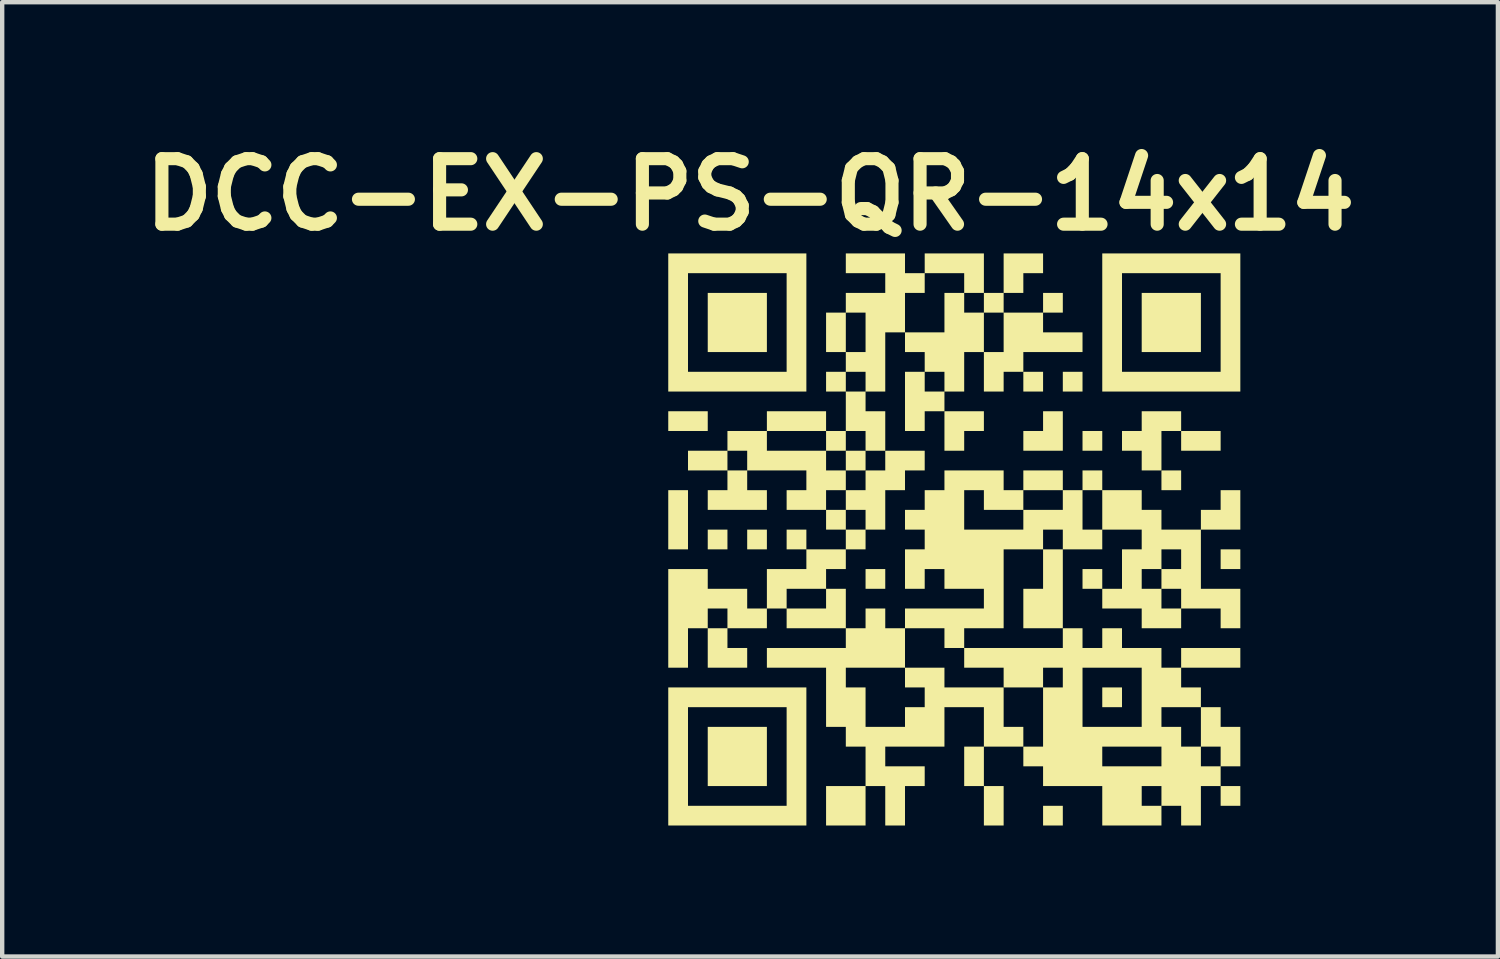
<source format=kicad_pcb>
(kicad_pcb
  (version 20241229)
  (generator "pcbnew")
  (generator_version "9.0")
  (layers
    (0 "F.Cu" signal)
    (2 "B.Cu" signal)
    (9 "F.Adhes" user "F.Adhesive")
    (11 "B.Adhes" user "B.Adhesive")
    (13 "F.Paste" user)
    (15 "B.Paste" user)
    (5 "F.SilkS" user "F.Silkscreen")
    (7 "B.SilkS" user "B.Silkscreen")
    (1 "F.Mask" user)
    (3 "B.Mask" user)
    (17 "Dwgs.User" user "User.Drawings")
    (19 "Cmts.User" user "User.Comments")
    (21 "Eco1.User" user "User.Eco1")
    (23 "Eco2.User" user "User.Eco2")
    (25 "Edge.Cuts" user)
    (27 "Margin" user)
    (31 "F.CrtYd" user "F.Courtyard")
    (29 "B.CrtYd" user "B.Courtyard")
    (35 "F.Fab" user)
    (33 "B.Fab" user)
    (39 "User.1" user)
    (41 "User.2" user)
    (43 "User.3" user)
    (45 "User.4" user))
  (footprint "DCC-EX-PS-QR-14x14"
    (layer "F.Cu")
    (at 18.791 9.294)
    (property "Reference" "DCC-EX-PS-QR-14x14" (at -4.67 -7.89 0) (layer "F.SilkS") (effects (font (size 1.5 1.5) (thickness 0.3))))
    (attr board_only exclude_from_pos_files exclude_from_bom)
    (fp_poly (pts (xy -6.09 -0.445) (xy -6.09 0.233) (xy -6.316 0.233) (xy -6.542 0.233) (xy -6.542 -0.445) (xy -6.542 -1.122) (xy -6.316 -1.122) (xy -6.09 -1.122)) (stroke (width 0) (type solid)) (fill yes) (layer "F.SilkS"))
    (fp_poly (pts (xy -5.638 -2.703) (xy -5.638 -2.477) (xy -6.09 -2.477) (xy -6.542 -2.477) (xy -6.542 -2.703) (xy -6.542 -2.929) (xy -6.09 -2.929) (xy -5.638 -2.929)) (stroke (width 0) (type solid)) (fill yes) (layer "F.SilkS"))
    (fp_poly (pts (xy -5.187 0.007) (xy -5.187 0.233) (xy -5.413 0.233) (xy -5.638 0.233) (xy -5.638 0.007) (xy -5.638 -0.219) (xy -5.413 -0.219) (xy -5.187 -0.219)) (stroke (width 0) (type solid)) (fill yes) (layer "F.SilkS"))
    (fp_poly (pts (xy -4.284 -4.961) (xy -4.284 -4.284) (xy -4.961 -4.284) (xy -5.638 -4.284) (xy -5.638 -4.961) (xy -5.638 -5.638) (xy -4.961 -5.638) (xy -4.284 -5.638)) (stroke (width 0) (type solid)) (fill yes) (layer "F.SilkS"))
    (fp_poly (pts (xy -4.284 0.007) (xy -4.284 0.233) (xy -4.509 0.233) (xy -4.735 0.233) (xy -4.735 0.007) (xy -4.735 -0.219) (xy -4.509 -0.219) (xy -4.284 -0.219)) (stroke (width 0) (type solid)) (fill yes) (layer "F.SilkS"))
    (fp_poly (pts (xy -4.284 4.975) (xy -4.284 5.652) (xy -4.961 5.652) (xy -5.638 5.652) (xy -5.638 4.975) (xy -5.638 4.297) (xy -4.961 4.297) (xy -4.284 4.297)) (stroke (width 0) (type solid)) (fill yes) (layer "F.SilkS"))
    (fp_poly (pts (xy -2.025 -1.8) (xy -2.025 -1.574) (xy -2.251 -1.574) (xy -2.477 -1.574) (xy -2.477 -1.8) (xy -2.477 -2.025) (xy -2.251 -2.025) (xy -2.025 -2.025)) (stroke (width 0) (type solid)) (fill yes) (layer "F.SilkS"))
    (fp_poly (pts (xy -1.574 0.91) (xy -1.574 1.136) (xy -1.8 1.136) (xy -2.025 1.136) (xy -2.025 0.91) (xy -2.025 0.684) (xy -1.8 0.684) (xy -1.574 0.684)) (stroke (width 0) (type solid)) (fill yes) (layer "F.SilkS"))
    (fp_poly (pts (xy 1.136 6.104) (xy 1.136 6.555) (xy 0.91 6.555) (xy 0.684 6.555) (xy 0.684 6.104) (xy 0.684 5.652) (xy 0.91 5.652) (xy 1.136 5.652)) (stroke (width 0) (type solid)) (fill yes) (layer "F.SilkS"))
    (fp_poly (pts (xy 2.039 -3.606) (xy 2.039 -3.38) (xy 1.813 -3.38) (xy 1.587 -3.38) (xy 1.587 -3.606) (xy 1.587 -3.832) (xy 1.813 -3.832) (xy 2.039 -3.832)) (stroke (width 0) (type solid)) (fill yes) (layer "F.SilkS"))
    (fp_poly (pts (xy 2.491 6.329) (xy 2.491 6.555) (xy 2.265 6.555) (xy 2.039 6.555) (xy 2.039 6.329) (xy 2.039 6.104) (xy 2.265 6.104) (xy 2.491 6.104)) (stroke (width 0) (type solid)) (fill yes) (layer "F.SilkS"))
    (fp_poly (pts (xy 2.942 -3.606) (xy 2.942 -3.38) (xy 2.717 -3.38) (xy 2.491 -3.38) (xy 2.491 -3.606) (xy 2.491 -3.832) (xy 2.717 -3.832) (xy 2.942 -3.832)) (stroke (width 0) (type solid)) (fill yes) (layer "F.SilkS"))
    (fp_poly (pts (xy 3.394 -2.251) (xy 3.394 -2.025) (xy 3.168 -2.025) (xy 2.942 -2.025) (xy 2.942 -2.251) (xy 2.942 -2.477) (xy 3.168 -2.477) (xy 3.394 -2.477)) (stroke (width 0) (type solid)) (fill yes) (layer "F.SilkS"))
    (fp_poly (pts (xy 3.846 3.62) (xy 3.846 3.846) (xy 3.62 3.846) (xy 3.394 3.846) (xy 3.394 3.62) (xy 3.394 3.394) (xy 3.62 3.394) (xy 3.846 3.394)) (stroke (width 0) (type solid)) (fill yes) (layer "F.SilkS"))
    (fp_poly (pts (xy 5.2 -1.348) (xy 5.2 -1.122) (xy 4.975 -1.122) (xy 4.749 -1.122) (xy 4.749 -1.348) (xy 4.749 -1.574) (xy 4.975 -1.574) (xy 5.2 -1.574)) (stroke (width 0) (type solid)) (fill yes) (layer "F.SilkS"))
    (fp_poly (pts (xy 5.652 -4.961) (xy 5.652 -4.284) (xy 4.975 -4.284) (xy 4.297 -4.284) (xy 4.297 -4.961) (xy 4.297 -5.638) (xy 4.975 -5.638) (xy 5.652 -5.638)) (stroke (width 0) (type solid)) (fill yes) (layer "F.SilkS"))
    (fp_poly (pts (xy 6.104 -2.251) (xy 6.104 -2.025) (xy 5.652 -2.025) (xy 5.2 -2.025) (xy 5.2 -2.251) (xy 5.2 -2.477) (xy 5.652 -2.477) (xy 6.104 -2.477)) (stroke (width 0) (type solid)) (fill yes) (layer "F.SilkS"))
    (fp_poly (pts (xy 6.555 0.458) (xy 6.555 0.684) (xy 6.329 0.684) (xy 6.104 0.684) (xy 6.104 0.458) (xy 6.104 0.233) (xy 6.329 0.233) (xy 6.555 0.233)) (stroke (width 0) (type solid)) (fill yes) (layer "F.SilkS"))
    (fp_poly (pts (xy 6.555 5.878) (xy 6.555 6.104) (xy 6.329 6.104) (xy 6.104 6.104) (xy 6.104 5.878) (xy 6.104 5.652) (xy 6.329 5.652) (xy 6.555 5.652)) (stroke (width 0) (type solid)) (fill yes) (layer "F.SilkS"))
    (fp_poly (pts (xy 0.684 -2.703) (xy 0.684 -2.477) (xy 0.458 -2.477) (xy 0.233 -2.477) (xy 0.233 -2.251) (xy 0.233 -2.025) (xy 0.007 -2.025) (xy -0.219 -2.025) (xy -0.219 -2.477) (xy -0.219 -2.929) (xy 0.233 -2.929) (xy 0.684 -2.929)) (stroke (width 0) (type solid)) (fill yes) (layer "F.SilkS"))
    (fp_poly (pts (xy 2.491 -2.477) (xy 2.491 -2.025) (xy 2.039 -2.025) (xy 1.587 -2.025) (xy 1.587 -2.251) (xy 1.587 -2.477) (xy 1.813 -2.477) (xy 2.039 -2.477) (xy 2.039 -2.703) (xy 2.039 -2.929) (xy 2.265 -2.929) (xy 2.491 -2.929)) (stroke (width 0) (type solid)) (fill yes) (layer "F.SilkS"))
    (fp_poly (pts (xy -3.38 -4.961) (xy -3.38 -3.38) (xy -4.961 -3.38) (xy -6.542 -3.38) (xy -6.542 -4.961) (xy -6.542 -6.09) (xy -6.09 -6.09) (xy -6.09 -4.961) (xy -6.09 -3.832) (xy -4.961 -3.832) (xy -3.832 -3.832) (xy -3.832 -4.961) (xy -3.832 -6.09) (xy -4.961 -6.09) (xy -6.09 -6.09) (xy -6.542 -6.09) (xy -6.542 -6.542) (xy -4.961 -6.542) (xy -3.38 -6.542)) (stroke (width 0) (type solid)) (fill yes) (layer "F.SilkS"))
    (fp_poly (pts (xy -3.38 4.975) (xy -3.38 6.555) (xy -4.961 6.555) (xy -6.542 6.555) (xy -6.542 4.975) (xy -6.542 3.846) (xy -6.09 3.846) (xy -6.09 4.975) (xy -6.09 6.104) (xy -4.961 6.104) (xy -3.832 6.104) (xy -3.832 4.975) (xy -3.832 3.846) (xy -4.961 3.846) (xy -6.09 3.846) (xy -6.542 3.846) (xy -6.542 3.394) (xy -4.961 3.394) (xy -3.38 3.394)) (stroke (width 0) (type solid)) (fill yes) (layer "F.SilkS"))
    (fp_poly (pts (xy 6.555 -4.961) (xy 6.555 -3.38) (xy 4.975 -3.38) (xy 3.394 -3.38) (xy 3.394 -4.961) (xy 3.394 -6.09) (xy 3.846 -6.09) (xy 3.846 -4.961) (xy 3.846 -3.832) (xy 4.975 -3.832) (xy 6.104 -3.832) (xy 6.104 -4.961) (xy 6.104 -6.09) (xy 4.975 -6.09) (xy 3.846 -6.09) (xy 3.394 -6.09) (xy 3.394 -6.542) (xy 4.975 -6.542) (xy 6.555 -6.542)) (stroke (width 0) (type solid)) (fill yes) (layer "F.SilkS"))
    (fp_poly (pts (xy 5.2 -2.703) (xy 5.2 -2.477) (xy 4.975 -2.477) (xy 4.749 -2.477) (xy 4.749 -2.025) (xy 4.749 -1.574) (xy 4.523 -1.574) (xy 4.297 -1.574) (xy 4.297 -1.8) (xy 4.297 -2.025) (xy 4.071 -2.025) (xy 3.846 -2.025) (xy 3.846 -2.251) (xy 3.846 -2.477) (xy 4.071 -2.477) (xy 4.297 -2.477) (xy 4.297 -2.703) (xy 4.297 -2.929) (xy 4.749 -2.929) (xy 5.2 -2.929)) (stroke (width 0) (type solid)) (fill yes) (layer "F.SilkS"))
    (fp_poly (pts (xy -1.122 -6.316) (xy -1.122 -6.09) (xy -0.896 -6.09) (xy -0.671 -6.09) (xy -0.671 -6.316) (xy -0.671 -6.542) (xy 0.007 -6.542) (xy 0.684 -6.542) (xy 0.684 -6.09) (xy 0.684 -5.638) (xy 0.91 -5.638) (xy 1.136 -5.638) (xy 1.136 -6.09) (xy 1.136 -6.542) (xy 1.587 -6.542) (xy 2.039 -6.542) (xy 2.039 -6.316) (xy 2.039 -6.09) (xy 1.813 -6.09) (xy 1.587 -6.09) (xy 1.587 -5.864) (xy 1.587 -5.638) (xy 1.362 -5.638) (xy 1.136 -5.638) (xy 1.136 -5.413) (xy 1.136 -5.187) (xy 1.587 -5.187) (xy 2.039 -5.187) (xy 2.039 -5.413) (xy 2.039 -5.638) (xy 2.265 -5.638) (xy 2.491 -5.638) (xy 2.491 -5.413) (xy 2.491 -5.187) (xy 2.265 -5.187) (xy 2.039 -5.187) (xy 2.039 -4.961) (xy 2.039 -4.735) (xy 2.491 -4.735) (xy 2.942 -4.735) (xy 2.942 -4.509) (xy 2.942 -4.284) (xy 2.265 -4.284) (xy 1.587 -4.284) (xy 1.587 -4.058) (xy 1.587 -3.832) (xy 1.362 -3.832) (xy 1.136 -3.832) (xy 1.136 -3.606) (xy 1.136 -3.38) (xy 0.91 -3.38) (xy 0.684 -3.38) (xy 0.684 -3.832) (xy 0.684 -4.284) (xy 0.458 -4.284) (xy 0.233 -4.284) (xy 0.233 -3.832) (xy 0.233 -3.38) (xy 0.007 -3.38) (xy -0.219 -3.38) (xy -0.219 -3.154) (xy -0.219 -2.929) (xy -0.445 -2.929) (xy -0.671 -2.929) (xy -0.671 -2.703) (xy -0.671 -2.477) (xy -0.896 -2.477) (xy -1.122 -2.477) (xy -1.122 -3.154) (xy -1.122 -3.832) (xy -0.896 -3.832) (xy -0.671 -3.832) (xy -0.671 -3.606) (xy -0.671 -3.38) (xy -0.445 -3.38) (xy -0.219 -3.38) (xy -0.219 -3.606) (xy -0.219 -3.832) (xy -0.445 -3.832) (xy -0.671 -3.832) (xy -0.671 -4.058) (xy -0.671 -4.284) (xy -0.896 -4.284) (xy -1.122 -4.284) (xy -1.122 -4.509) (xy -1.122 -4.735) (xy -0.671 -4.735) (xy -0.219 -4.735) (xy -0.219 -5.187) (xy -0.219 -5.638) (xy 0.007 -5.638) (xy 0.233 -5.638) (xy 0.233 -5.413) (xy 0.233 -5.187) (xy 0.458 -5.187) (xy 0.684 -5.187) (xy 0.684 -4.735) (xy 0.684 -4.284) (xy 0.91 -4.284) (xy 1.136 -4.284) (xy 1.136 -4.735) (xy 1.136 -5.187) (xy 0.91 -5.187) (xy 0.684 -5.187) (xy 0.684 -5.413) (xy 0.684 -5.638) (xy 0.458 -5.638) (xy 0.233 -5.638) (xy 0.233 -5.864) (xy 0.233 -6.09) (xy -0.219 -6.09) (xy -0.671 -6.09) (xy -0.671 -5.864) (xy -0.671 -5.638) (xy -0.896 -5.638) (xy -1.122 -5.638) (xy -1.122 -5.187) (xy -1.122 -4.735) (xy -1.348 -4.735) (xy -1.574 -4.735) (xy -1.574 -4.058) (xy -1.574 -3.38) (xy -1.8 -3.38) (xy -2.025 -3.38) (xy -2.025 -3.154) (xy -2.025 -2.929) (xy -1.8 -2.929) (xy -1.574 -2.929) (xy -1.574 -2.477) (xy -1.574 -2.025) (xy -1.8 -2.025) (xy -2.025 -2.025) (xy -2.025 -2.251) (xy -2.025 -2.477) (xy -2.251 -2.477) (xy -2.477 -2.477) (xy -2.477 -2.251) (xy -2.477 -2.025) (xy -2.703 -2.025) (xy -2.929 -2.025) (xy -2.929 -2.251) (xy -2.929 -2.477) (xy -3.606 -2.477) (xy -4.284 -2.477) (xy -4.284 -2.251) (xy -4.284 -2.025) (xy -3.606 -2.025) (xy -2.929 -2.025) (xy -2.929 -1.8) (xy -2.929 -1.574) (xy -2.703 -1.574) (xy -2.477 -1.574) (xy -2.477 -1.348) (xy -2.477 -1.122) (xy -2.703 -1.122) (xy -2.929 -1.122) (xy -2.929 -0.896) (xy -2.929 -0.671) (xy -2.703 -0.671) (xy -2.477 -0.671) (xy -2.477 -0.445) (xy -2.477 -0.219) (xy -2.251 -0.219) (xy -2.025 -0.219) (xy -2.025 -0.445) (xy -2.025 -0.671) (xy -2.251 -0.671) (xy -2.477 -0.671) (xy -2.477 -0.896) (xy -2.477 -1.122) (xy -2.251 -1.122) (xy -2.025 -1.122) (xy -2.025 -1.348) (xy -2.025 -1.574) (xy -1.8 -1.574) (xy -1.574 -1.574) (xy -1.574 -1.8) (xy -1.574 -2.025) (xy -1.122 -2.025) (xy -0.671 -2.025) (xy -0.671 -1.8) (xy -0.671 -1.574) (xy -0.896 -1.574) (xy -1.122 -1.574) (xy -1.122 -1.348) (xy -1.122 -1.122) (xy -1.348 -1.122) (xy -1.574 -1.122) (xy -1.574 -0.671) (xy -1.574 -0.219) (xy -1.8 -0.219) (xy -2.025 -0.219) (xy -2.025 0.007) (xy -2.025 0.233) (xy -2.251 0.233) (xy -2.477 0.233) (xy -2.477 0.458) (xy -2.477 0.684) (xy -2.703 0.684) (xy -2.929 0.684) (xy -2.929 0.91) (xy -2.929 1.136) (xy -3.38 1.136) (xy -3.832 1.136) (xy -3.832 1.362) (xy -3.832 1.587) (xy -3.38 1.587) (xy -2.929 1.587) (xy -2.929 1.362) (xy -2.929 1.136) (xy -2.703 1.136) (xy -2.477 1.136) (xy -2.477 1.587) (xy -2.477 2.039) (xy -2.251 2.039) (xy -2.025 2.039) (xy -2.025 1.813) (xy -2.025 1.587) (xy -1.8 1.587) (xy -1.574 1.587) (xy -1.574 1.813) (xy -1.574 2.039) (xy -1.348 2.039) (xy -1.122 2.039) (xy -1.122 1.813) (xy -1.122 1.587) (xy -0.219 1.587) (xy 0.684 1.587) (xy 0.684 1.362) (xy 0.684 1.136) (xy 0.233 1.136) (xy -0.219 1.136) (xy -0.219 0.91) (xy -0.219 0.684) (xy -0.445 0.684) (xy -0.671 0.684) (xy -0.671 0.91) (xy -0.671 1.136) (xy -0.896 1.136) (xy -1.122 1.136) (xy -1.122 0.684) (xy -1.122 0.233) (xy -0.896 0.233) (xy -0.671 0.233) (xy -0.671 0.007) (xy -0.671 -0.219) (xy -0.896 -0.219) (xy -1.122 -0.219) (xy -1.122 -0.445) (xy -1.122 -0.671) (xy -0.896 -0.671) (xy -0.671 -0.671) (xy -0.671 -0.896) (xy -0.671 -1.122) (xy -0.445 -1.122) (xy -0.219 -1.122) (xy 0.233 -1.122) (xy 0.233 -0.671) (xy 0.233 -0.219) (xy 0.91 -0.219) (xy 1.587 -0.219) (xy 1.587 -0.445) (xy 1.587 -0.671) (xy 2.039 -0.671) (xy 2.491 -0.671) (xy 2.491 -0.896) (xy 2.491 -1.122) (xy 2.039 -1.122) (xy 1.587 -1.122) (xy 1.587 -0.896) (xy 1.587 -0.671) (xy 1.136 -0.671) (xy 0.684 -0.671) (xy 0.684 -0.896) (xy 0.684 -1.122) (xy 0.458 -1.122) (xy 0.233 -1.122) (xy -0.219 -1.122) (xy -0.219 -1.348) (xy -0.219 -1.574) (xy 0.458 -1.574) (xy 1.136 -1.574) (xy 1.136 -1.348) (xy 1.136 -1.122) (xy 1.362 -1.122) (xy 1.587 -1.122) (xy 1.587 -1.348) (xy 1.587 -1.574) (xy 2.039 -1.574) (xy 2.491 -1.574) (xy 2.491 -1.348) (xy 2.491 -1.122) (xy 2.717 -1.122) (xy 2.942 -1.122) (xy 2.942 -1.348) (xy 2.942 -1.574) (xy 3.168 -1.574) (xy 3.394 -1.574) (xy 3.394 -1.348) (xy 3.394 -1.122) (xy 3.168 -1.122) (xy 2.942 -1.122) (xy 2.942 -0.671) (xy 2.942 -0.219) (xy 3.168 -0.219) (xy 3.394 -0.219) (xy 3.394 -0.671) (xy 3.394 -1.122) (xy 3.846 -1.122) (xy 4.297 -1.122) (xy 4.297 -0.896) (xy 4.297 -0.671) (xy 4.523 -0.671) (xy 4.749 -0.671) (xy 4.749 -0.445) (xy 4.749 -0.219) (xy 5.2 -0.219) (xy 5.652 -0.219) (xy 5.652 -0.445) (xy 5.652 -0.671) (xy 5.878 -0.671) (xy 6.104 -0.671) (xy 6.104 -0.896) (xy 6.104 -1.122) (xy 6.329 -1.122) (xy 6.555 -1.122) (xy 6.555 -0.671) (xy 6.555 -0.219) (xy 6.104 -0.219) (xy 5.652 -0.219) (xy 5.652 0.458) (xy 5.652 1.136) (xy 6.104 1.136) (xy 6.555 1.136) (xy 6.555 1.587) (xy 6.555 2.039) (xy 6.329 2.039) (xy 6.104 2.039) (xy 6.104 1.813) (xy 6.104 1.587) (xy 5.652 1.587) (xy 5.2 1.587) (xy 5.2 1.813) (xy 5.2 2.039) (xy 4.749 2.039) (xy 4.297 2.039) (xy 4.297 1.813) (xy 4.297 1.587) (xy 3.846 1.587) (xy 3.394 1.587) (xy 3.394 1.362) (xy 3.394 1.136) (xy 3.168 1.136) (xy 2.942 1.136) (xy 2.942 0.91) (xy 2.942 0.684) (xy 3.168 0.684) (xy 3.394 0.684) (xy 3.394 0.91) (xy 3.394 1.136) (xy 3.62 1.136) (xy 3.846 1.136) (xy 4.297 1.136) (xy 4.523 1.136) (xy 4.749 1.136) (xy 4.749 1.362) (xy 4.749 1.587) (xy 4.975 1.587) (xy 5.2 1.587) (xy 5.2 1.362) (xy 5.2 1.136) (xy 4.975 1.136) (xy 4.749 1.136) (xy 4.749 0.91) (xy 4.749 0.684) (xy 4.975 0.684) (xy 5.2 0.684) (xy 5.2 0.458) (xy 5.2 0.233) (xy 4.975 0.233) (xy 4.749 0.233) (xy 4.749 0.458) (xy 4.749 0.684) (xy 4.523 0.684) (xy 4.297 0.684) (xy 4.297 0.91) (xy 4.297 1.136) (xy 3.846 1.136) (xy 3.846 0.684) (xy 3.846 0.233) (xy 4.071 0.233) (xy 4.297 0.233) (xy 4.297 0.007) (xy 4.297 -0.219) (xy 3.846 -0.219) (xy 3.394 -0.219) (xy 3.394 0.007) (xy 3.394 0.233) (xy 2.942 0.233) (xy 2.491 0.233) (xy 2.491 1.136) (xy 2.491 2.039) (xy 2.039 2.039) (xy 1.587 2.039) (xy 1.587 1.587) (xy 1.587 1.136) (xy 1.813 1.136) (xy 2.039 1.136) (xy 2.039 0.684) (xy 2.039 0.233) (xy 2.265 0.233) (xy 2.491 0.233) (xy 2.491 0.007) (xy 2.491 -0.219) (xy 2.265 -0.219) (xy 2.039 -0.219) (xy 2.039 0.007) (xy 2.039 0.233) (xy 1.587 0.233) (xy 1.136 0.233) (xy 1.136 1.136) (xy 1.136 2.039) (xy 0.684 2.039) (xy 0.233 2.039) (xy 0.233 2.265) (xy 0.233 2.491) (xy 0.007 2.491) (xy -0.219 2.491) (xy -0.219 2.265) (xy -0.219 2.039) (xy -0.671 2.039) (xy -1.122 2.039) (xy -1.122 2.491) (xy -1.122 2.942) (xy -1.8 2.942) (xy -2.477 2.942) (xy -2.477 3.168) (xy -2.477 3.394) (xy -2.251 3.394) (xy -2.025 3.394) (xy -2.025 3.846) (xy -2.025 4.297) (xy -1.574 4.297) (xy -1.122 4.297) (xy -1.122 4.071) (xy -1.122 3.846) (xy -0.896 3.846) (xy -0.671 3.846) (xy -0.671 3.62) (xy -0.671 3.394) (xy -0.896 3.394) (xy -1.122 3.394) (xy -1.122 3.168) (xy -1.122 2.942) (xy -0.671 2.942) (xy -0.219 2.942) (xy -0.219 3.168) (xy -0.219 3.394) (xy 0.458 3.394) (xy 1.136 3.394) (xy 1.136 3.846) (xy 1.136 4.297) (xy 1.362 4.297) (xy 1.587 4.297) (xy 1.587 4.523) (xy 1.587 4.749) (xy 1.813 4.749) (xy 2.039 4.749) (xy 3.394 4.749) (xy 3.394 4.975) (xy 3.394 5.2) (xy 4.071 5.2) (xy 4.749 5.2) (xy 4.749 4.975) (xy 4.749 4.749) (xy 4.071 4.749) (xy 3.394 4.749) (xy 2.039 4.749) (xy 2.039 4.071) (xy 2.039 3.394) (xy 2.265 3.394) (xy 2.491 3.394) (xy 2.491 3.168) (xy 2.491 2.942) (xy 2.942 2.942) (xy 2.942 3.62) (xy 2.942 4.297) (xy 3.62 4.297) (xy 4.297 4.297) (xy 4.297 3.62) (xy 4.297 2.942) (xy 3.62 2.942) (xy 2.942 2.942) (xy 2.491 2.942) (xy 2.265 2.942) (xy 2.039 2.942) (xy 2.039 3.168) (xy 2.039 3.394) (xy 1.587 3.394) (xy 1.136 3.394) (xy 1.136 3.168) (xy 1.136 2.942) (xy 0.684 2.942) (xy 0.233 2.942) (xy 0.233 2.717) (xy 0.233 2.491) (xy 1.362 2.491) (xy 2.491 2.491) (xy 2.491 2.265) (xy 2.491 2.039) (xy 2.717 2.039) (xy 2.942 2.039) (xy 2.942 2.265) (xy 2.942 2.491) (xy 3.168 2.491) (xy 3.394 2.491) (xy 3.394 2.265) (xy 3.394 2.039) (xy 3.62 2.039) (xy 3.846 2.039) (xy 3.846 2.265) (xy 3.846 2.491) (xy 4.297 2.491) (xy 4.749 2.491) (xy 4.749 2.717) (xy 4.749 2.942) (xy 4.975 2.942) (xy 5.2 2.942) (xy 5.2 2.717) (xy 5.2 2.491) (xy 5.878 2.491) (xy 6.555 2.491) (xy 6.555 2.717) (xy 6.555 2.942) (xy 5.878 2.942) (xy 5.2 2.942) (xy 5.2 3.168) (xy 5.2 3.394) (xy 5.426 3.394) (xy 5.652 3.394) (xy 5.652 3.62) (xy 5.652 3.846) (xy 5.2 3.846) (xy 4.749 3.846) (xy 4.749 4.071) (xy 4.749 4.297) (xy 4.975 4.297) (xy 5.2 4.297) (xy 5.2 4.523) (xy 5.2 4.749) (xy 5.426 4.749) (xy 5.652 4.749) (xy 5.652 4.975) (xy 5.652 5.2) (xy 5.878 5.2) (xy 6.104 5.2) (xy 6.104 4.975) (xy 6.104 4.749) (xy 5.878 4.749) (xy 5.652 4.749) (xy 5.652 4.297) (xy 5.652 3.846) (xy 5.878 3.846) (xy 6.104 3.846) (xy 6.104 4.071) (xy 6.104 4.297) (xy 6.329 4.297) (xy 6.555 4.297) (xy 6.555 4.749) (xy 6.555 5.2) (xy 6.329 5.2) (xy 6.104 5.2) (xy 6.104 5.426) (xy 6.104 5.652) (xy 5.878 5.652) (xy 5.652 5.652) (xy 5.652 6.104) (xy 5.652 6.555) (xy 5.426 6.555) (xy 5.2 6.555) (xy 5.2 6.329) (xy 5.2 6.104) (xy 4.975 6.104) (xy 4.749 6.104) (xy 4.749 6.329) (xy 4.749 6.555) (xy 4.071 6.555) (xy 3.394 6.555) (xy 3.394 6.104) (xy 3.394 5.652) (xy 4.297 5.652) (xy 4.297 5.878) (xy 4.297 6.104) (xy 4.523 6.104) (xy 4.749 6.104) (xy 4.749 5.878) (xy 4.749 5.652) (xy 4.523 5.652) (xy 4.297 5.652) (xy 3.394 5.652) (xy 2.717 5.652) (xy 2.039 5.652) (xy 2.039 5.426) (xy 2.039 5.2) (xy 1.813 5.2) (xy 1.587 5.2) (xy 1.587 4.975) (xy 1.587 4.749) (xy 1.136 4.749) (xy 0.684 4.749) (xy 0.684 5.2) (xy 0.684 5.652) (xy 0.458 5.652) (xy 0.233 5.652) (xy 0.233 5.2) (xy 0.233 4.749) (xy 0.458 4.749) (xy 0.684 4.749) (xy 0.684 4.297) (xy 0.684 3.846) (xy 0.233 3.846) (xy -0.219 3.846) (xy -0.219 4.297) (xy -0.219 4.749) (xy -0.896 4.749) (xy -1.574 4.749) (xy -1.574 4.975) (xy -1.574 5.2) (xy -1.122 5.2) (xy -0.671 5.2) (xy -0.671 5.426) (xy -0.671 5.652) (xy -0.896 5.652) (xy -1.122 5.652) (xy -1.122 6.104) (xy -1.122 6.555) (xy -1.348 6.555) (xy -1.574 6.555) (xy -1.574 6.104) (xy -1.574 5.652) (xy -1.8 5.652) (xy -2.025 5.652) (xy -2.025 6.104) (xy -2.025 6.555) (xy -2.477 6.555) (xy -2.929 6.555) (xy -2.929 6.104) (xy -2.929 5.652) (xy -2.477 5.652) (xy -2.025 5.652) (xy -2.025 5.2) (xy -2.025 4.749) (xy -2.251 4.749) (xy -2.477 4.749) (xy -2.477 4.523) (xy -2.477 4.297) (xy -2.703 4.297) (xy -2.929 4.297) (xy -2.929 3.62) (xy -2.929 2.942) (xy -3.606 2.942) (xy -4.284 2.942) (xy -4.284 2.717) (xy -4.284 2.491) (xy -3.38 2.491) (xy -2.477 2.491) (xy -2.477 2.265) (xy -2.477 2.039) (xy -3.154 2.039) (xy -3.832 2.039) (xy -3.832 1.813) (xy -3.832 1.587) (xy -4.058 1.587) (xy -4.284 1.587) (xy -4.284 1.813) (xy -4.284 2.039) (xy -4.735 2.039) (xy -5.187 2.039) (xy -5.187 2.265) (xy -5.187 2.491) (xy -4.961 2.491) (xy -4.735 2.491) (xy -4.735 2.717) (xy -4.735 2.942) (xy -5.187 2.942) (xy -5.638 2.942) (xy -5.638 2.491) (xy -5.638 2.039) (xy -5.864 2.039) (xy -6.09 2.039) (xy -6.09 2.491) (xy -6.09 2.942) (xy -6.316 2.942) (xy -6.542 2.942) (xy -6.542 1.813) (xy -6.542 1.587) (xy -5.638 1.587) (xy -5.638 1.813) (xy -5.638 2.039) (xy -5.413 2.039) (xy -5.187 2.039) (xy -5.187 1.813) (xy -5.187 1.587) (xy -5.413 1.587) (xy -5.638 1.587) (xy -6.542 1.587) (xy -6.542 0.684) (xy -6.09 0.684) (xy -5.638 0.684) (xy -5.638 0.91) (xy -5.638 1.136) (xy -5.187 1.136) (xy -4.735 1.136) (xy -4.735 1.362) (xy -4.735 1.587) (xy -4.509 1.587) (xy -4.284 1.587) (xy -4.284 1.136) (xy -4.284 0.684) (xy -3.832 0.684) (xy -3.38 0.684) (xy -3.38 0.458) (xy -3.38 0.233) (xy -3.606 0.233) (xy -3.832 0.233) (xy -3.832 0.007) (xy -3.832 -0.219) (xy -3.606 -0.219) (xy -3.38 -0.219) (xy -3.38 0.007) (xy -3.38 0.233) (xy -2.929 0.233) (xy -2.477 0.233) (xy -2.477 0.007) (xy -2.477 -0.219) (xy -2.703 -0.219) (xy -2.929 -0.219) (xy -2.929 -0.445) (xy -2.929 -0.671) (xy -3.38 -0.671) (xy -3.832 -0.671) (xy -3.832 -0.896) (xy -3.832 -1.122) (xy -3.606 -1.122) (xy -3.38 -1.122) (xy -3.38 -1.348) (xy -3.38 -1.574) (xy -4.058 -1.574) (xy -4.735 -1.574) (xy -4.735 -1.348) (xy -4.735 -1.122) (xy -4.509 -1.122) (xy -4.284 -1.122) (xy -4.284 -0.896) (xy -4.284 -0.671) (xy -4.961 -0.671) (xy -5.638 -0.671) (xy -5.638 -0.896) (xy -5.638 -1.122) (xy -5.413 -1.122) (xy -5.187 -1.122) (xy -5.187 -1.348) (xy -5.187 -1.574) (xy -5.638 -1.574) (xy -6.09 -1.574) (xy -6.09 -1.8) (xy -6.09 -2.025) (xy -5.638 -2.025) (xy -5.187 -2.025) (xy -5.187 -1.8) (xy -5.187 -1.574) (xy -4.961 -1.574) (xy -4.735 -1.574) (xy -4.735 -1.8) (xy -4.735 -2.025) (xy -4.961 -2.025) (xy -5.187 -2.025) (xy -5.187 -2.251) (xy -5.187 -2.477) (xy -4.735 -2.477) (xy -4.284 -2.477) (xy -4.284 -2.703) (xy -4.284 -2.929) (xy -3.606 -2.929) (xy -2.929 -2.929) (xy -2.929 -2.703) (xy -2.929 -2.477) (xy -2.703 -2.477) (xy -2.477 -2.477) (xy -2.477 -2.929) (xy -2.477 -3.38) (xy -2.703 -3.38) (xy -2.929 -3.38) (xy -2.929 -3.606) (xy -2.929 -3.832) (xy -2.703 -3.832) (xy -2.477 -3.832) (xy -2.477 -3.606) (xy -2.477 -3.38) (xy -2.251 -3.38) (xy -2.025 -3.38) (xy -2.025 -3.606) (xy -2.025 -3.832) (xy -2.251 -3.832) (xy -2.477 -3.832) (xy -2.477 -4.058) (xy -2.477 -4.284) (xy -2.703 -4.284) (xy -2.929 -4.284) (xy -2.929 -4.735) (xy -2.929 -5.187) (xy -2.703 -5.187) (xy -2.477 -5.187) (xy -2.477 -4.735) (xy -2.477 -4.284) (xy -2.251 -4.284) (xy -2.025 -4.284) (xy -2.025 -4.735) (xy -2.025 -5.187) (xy -2.251 -5.187) (xy -2.477 -5.187) (xy -2.477 -5.413) (xy -2.477 -5.638) (xy -2.025 -5.638) (xy -1.574 -5.638) (xy -1.574 -5.864) (xy -1.574 -6.09) (xy -2.025 -6.09) (xy -2.477 -6.09) (xy -2.477 -6.316) (xy -2.477 -6.542) (xy -1.8 -6.542) (xy -1.122 -6.542)) (stroke (width 0) (type solid)) (fill yes) (layer "F.SilkS")))
  (gr_rect
    (start -3 -3)
    (end 31.243 18.849)
    (stroke (width 0.1) (type default))
    (fill no)
    (layer "Edge.Cuts")))
</source>
